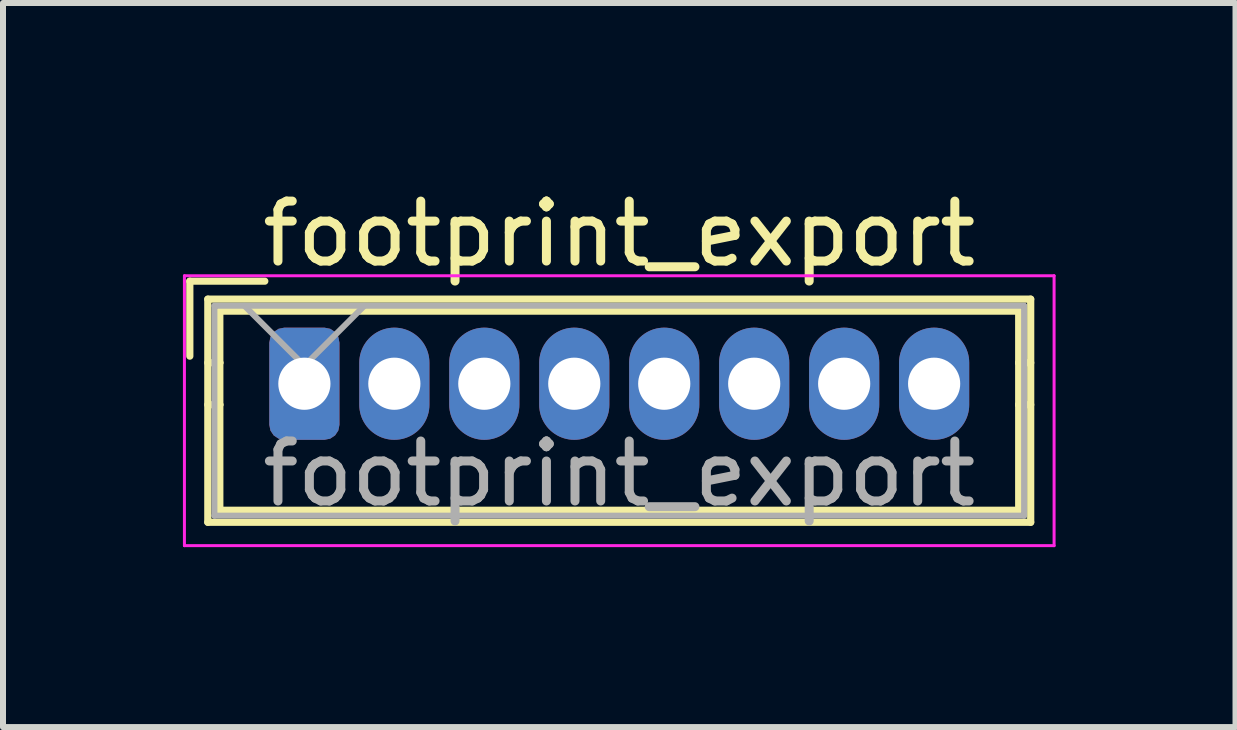
<source format=kicad_pcb>
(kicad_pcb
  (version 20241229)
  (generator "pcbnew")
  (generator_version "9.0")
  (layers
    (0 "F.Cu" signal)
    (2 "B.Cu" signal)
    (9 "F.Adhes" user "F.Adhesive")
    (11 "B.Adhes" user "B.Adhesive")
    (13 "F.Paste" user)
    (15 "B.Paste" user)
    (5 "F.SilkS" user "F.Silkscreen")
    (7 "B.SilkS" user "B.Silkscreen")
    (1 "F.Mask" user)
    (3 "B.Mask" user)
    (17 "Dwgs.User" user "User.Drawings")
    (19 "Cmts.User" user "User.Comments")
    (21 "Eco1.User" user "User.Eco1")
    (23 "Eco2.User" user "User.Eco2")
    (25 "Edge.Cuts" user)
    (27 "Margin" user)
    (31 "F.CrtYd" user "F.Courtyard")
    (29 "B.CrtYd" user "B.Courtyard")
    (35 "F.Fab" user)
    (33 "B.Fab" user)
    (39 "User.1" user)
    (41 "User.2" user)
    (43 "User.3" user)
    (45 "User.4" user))
  (footprint "footprint_export"
    (layer "F.Cu")
    (at 2.025 3.348)
    (property "Reference" "footprint_export" (at 5.25 -2.5 0) (layer "F.SilkS") (effects (font (size 1 1) (thickness 0.15))))
    (attr through_hole)
    (fp_line (start -1.91 -1.71) (end -1.91 -0.46) (stroke (width 0.12) (type solid)) (layer "F.SilkS"))
    (fp_line (start -1.61 -1.41) (end -1.61 2.31) (stroke (width 0.12) (type solid)) (layer "F.SilkS"))
    (fp_line (start -1.61 -0.35) (end -1.41 -0.35) (stroke (width 0.12) (type solid)) (layer "F.SilkS"))
    (fp_line (start -1.61 2.31) (end 12.11 2.31) (stroke (width 0.12) (type solid)) (layer "F.SilkS"))
    (fp_line (start -1.41 -1.21) (end 11.91 -1.21) (stroke (width 0.12) (type solid)) (layer "F.SilkS"))
    (fp_line (start -1.41 -0.35) (end -1.41 -1.21) (stroke (width 0.12) (type solid)) (layer "F.SilkS"))
    (fp_line (start -1.41 -0.35) (end -1.41 0.35) (stroke (width 0.12) (type solid)) (layer "F.SilkS"))
    (fp_line (start -1.41 0.35) (end -1.61 0.35) (stroke (width 0.12) (type solid)) (layer "F.SilkS"))
    (fp_line (start -1.41 0.35) (end -1.41 2.11) (stroke (width 0.12) (type solid)) (layer "F.SilkS"))
    (fp_line (start -1.41 2.11) (end 11.91 2.11) (stroke (width 0.12) (type solid)) (layer "F.SilkS"))
    (fp_line (start -0.66 -1.71) (end -1.91 -1.71) (stroke (width 0.12) (type solid)) (layer "F.SilkS"))
    (fp_line (start 11.91 -1.21) (end 11.91 -0.35) (stroke (width 0.12) (type solid)) (layer "F.SilkS"))
    (fp_line (start 11.91 -0.35) (end 11.91 0.35) (stroke (width 0.12) (type solid)) (layer "F.SilkS"))
    (fp_line (start 11.91 -0.35) (end 12.11 -0.35) (stroke (width 0.12) (type solid)) (layer "F.SilkS"))
    (fp_line (start 11.91 0.35) (end 12.11 0.35) (stroke (width 0.12) (type solid)) (layer "F.SilkS"))
    (fp_line (start 11.91 2.11) (end 11.91 0.35) (stroke (width 0.12) (type solid)) (layer "F.SilkS"))
    (fp_line (start 12.11 -1.41) (end -1.61 -1.41) (stroke (width 0.12) (type solid)) (layer "F.SilkS"))
    (fp_line (start 12.11 2.31) (end 12.11 -1.41) (stroke (width 0.12) (type solid)) (layer "F.SilkS"))
    (fp_line (start -2 -1.8) (end -2 2.7) (stroke (width 0.05) (type solid)) (layer "F.CrtYd"))
    (fp_line (start -2 2.7) (end 12.5 2.7) (stroke (width 0.05) (type solid)) (layer "F.CrtYd"))
    (fp_line (start 12.5 -1.8) (end -2 -1.8) (stroke (width 0.05) (type solid)) (layer "F.CrtYd"))
    (fp_line (start 12.5 2.7) (end 12.5 -1.8) (stroke (width 0.05) (type solid)) (layer "F.CrtYd"))
    (fp_line (start -1.5 -1.3) (end -1.5 2.2) (stroke (width 0.1) (type solid)) (layer "F.Fab"))
    (fp_line (start -1.5 2.2) (end 12 2.2) (stroke (width 0.1) (type solid)) (layer "F.Fab"))
    (fp_line (start -1 -1.3) (end 0 -0.3) (stroke (width 0.1) (type solid)) (layer "F.Fab"))
    (fp_line (start 0 -0.3) (end 1 -1.3) (stroke (width 0.1) (type solid)) (layer "F.Fab"))
    (fp_line (start 12 -1.3) (end -1.5 -1.3) (stroke (width 0.1) (type solid)) (layer "F.Fab"))
    (fp_line (start 12 2.2) (end 12 -1.3) (stroke (width 0.1) (type solid)) (layer "F.Fab"))
    (fp_text user "${REFERENCE}" (at 5.25 1.5 0) (layer "F.Fab") (effects (font (size 1 1) (thickness 0.15))))
    (pad "1" thru_hole roundrect (at 0 0) (size 1.17 1.87) (drill 0.87) (layers "*.Cu" "*.Mask") (roundrect_rratio 0.214))
    (pad "2" thru_hole oval (at 1.5 0) (size 1.17 1.87) (drill 0.87) (layers "*.Cu" "*.Mask"))
    (pad "3" thru_hole oval (at 3 0) (size 1.17 1.87) (drill 0.87) (layers "*.Cu" "*.Mask"))
    (pad "4" thru_hole oval (at 4.5 0) (size 1.17 1.87) (drill 0.87) (layers "*.Cu" "*.Mask"))
    (pad "5" thru_hole oval (at 6 0) (size 1.17 1.87) (drill 0.87) (layers "*.Cu" "*.Mask"))
    (pad "6" thru_hole oval (at 7.5 0) (size 1.17 1.87) (drill 0.87) (layers "*.Cu" "*.Mask"))
    (pad "7" thru_hole oval (at 9 0) (size 1.17 1.87) (drill 0.87) (layers "*.Cu" "*.Mask"))
    (pad "8" thru_hole oval (at 10.5 0) (size 1.17 1.87) (drill 0.87) (layers "*.Cu" "*.Mask")))
  (gr_rect
    (start -3 -3)
    (end 17.55 9.073)
    (stroke (width 0.1) (type default))
    (fill no)
    (layer "Edge.Cuts")))
</source>
